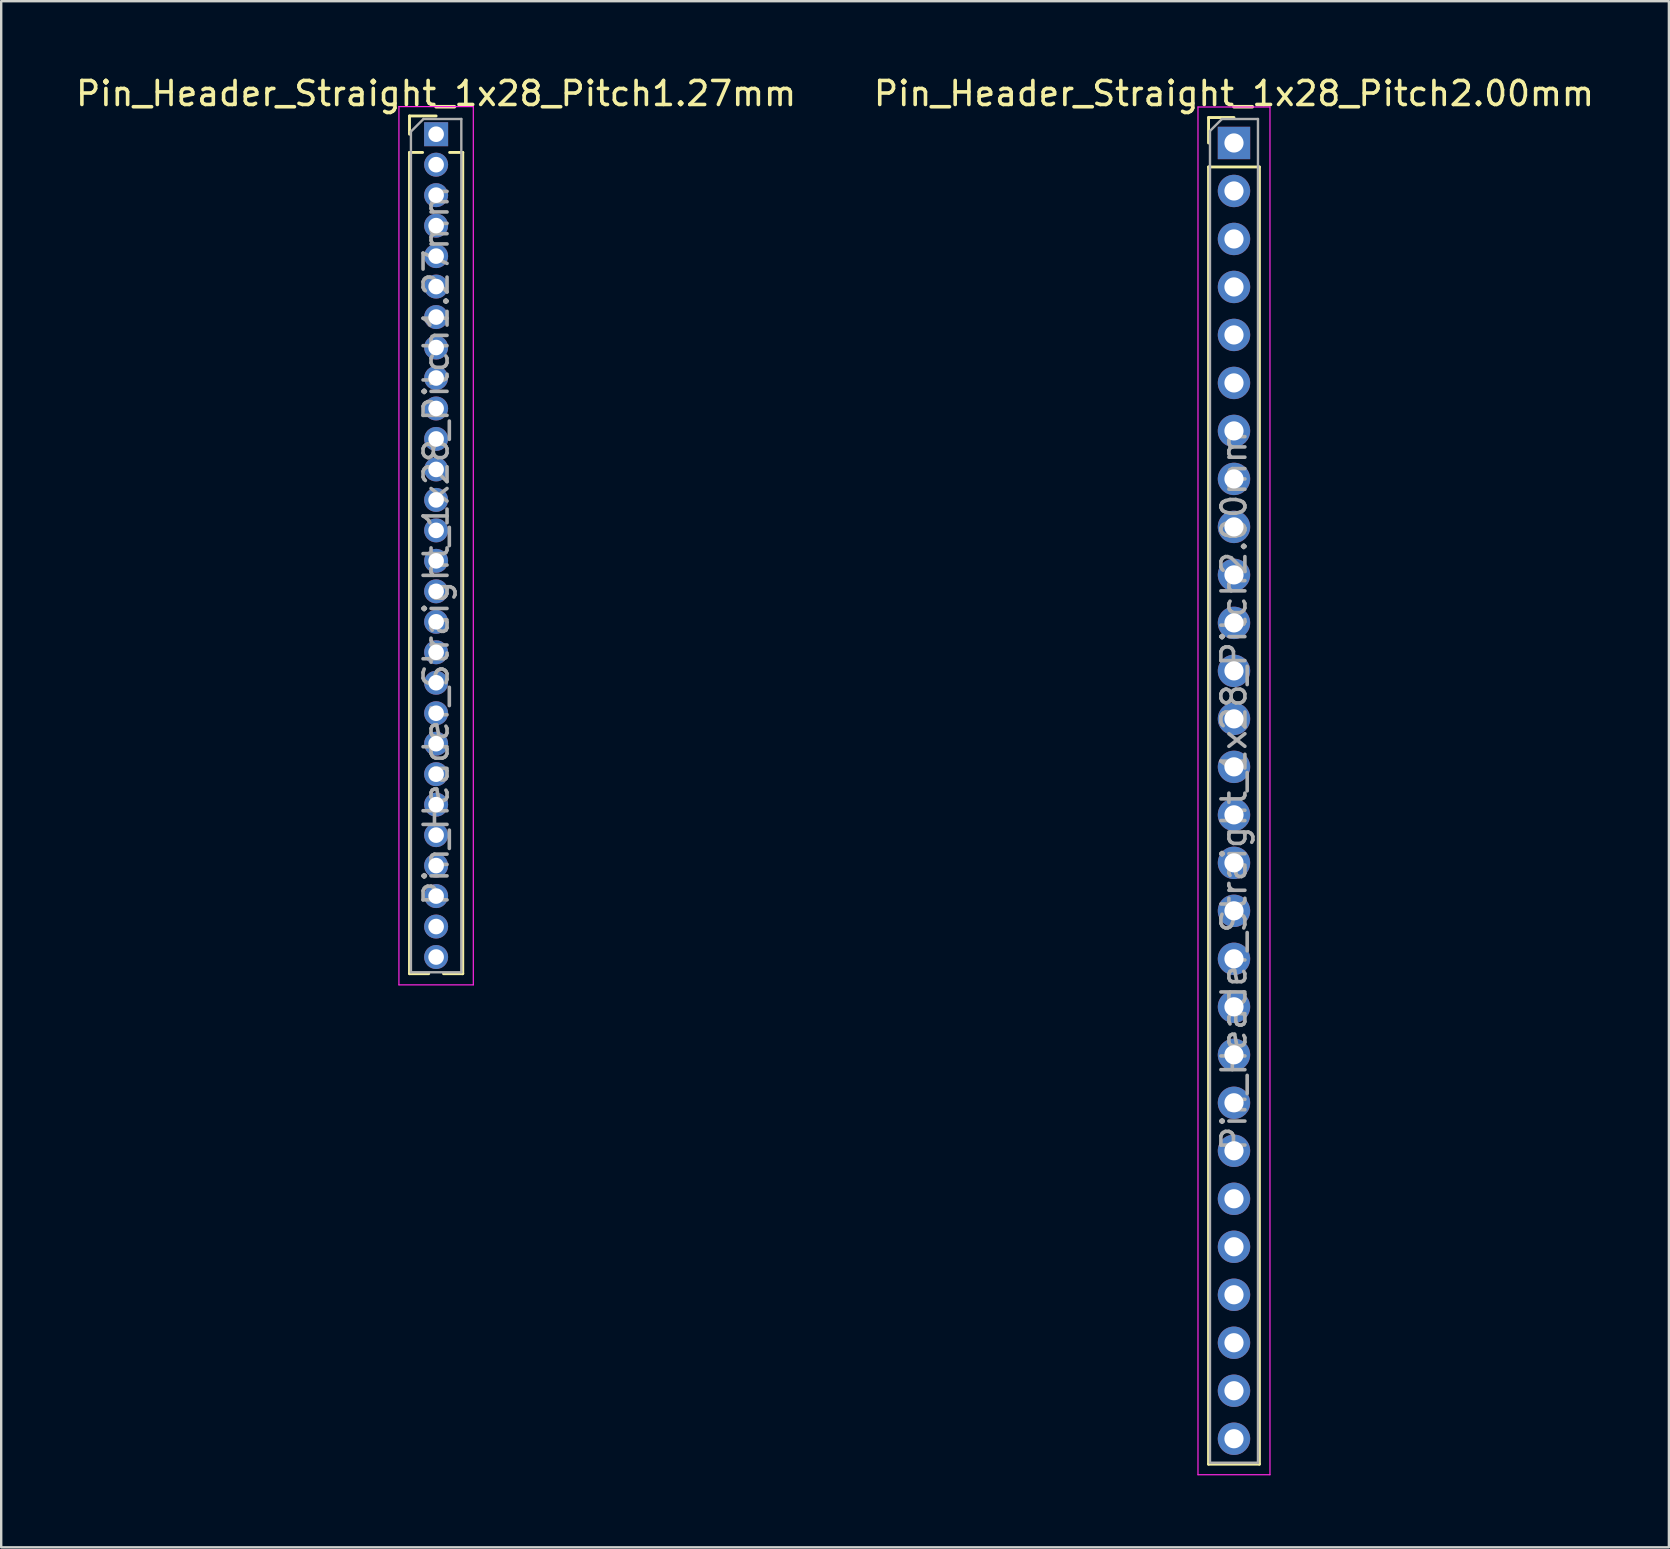
<source format=kicad_pcb>
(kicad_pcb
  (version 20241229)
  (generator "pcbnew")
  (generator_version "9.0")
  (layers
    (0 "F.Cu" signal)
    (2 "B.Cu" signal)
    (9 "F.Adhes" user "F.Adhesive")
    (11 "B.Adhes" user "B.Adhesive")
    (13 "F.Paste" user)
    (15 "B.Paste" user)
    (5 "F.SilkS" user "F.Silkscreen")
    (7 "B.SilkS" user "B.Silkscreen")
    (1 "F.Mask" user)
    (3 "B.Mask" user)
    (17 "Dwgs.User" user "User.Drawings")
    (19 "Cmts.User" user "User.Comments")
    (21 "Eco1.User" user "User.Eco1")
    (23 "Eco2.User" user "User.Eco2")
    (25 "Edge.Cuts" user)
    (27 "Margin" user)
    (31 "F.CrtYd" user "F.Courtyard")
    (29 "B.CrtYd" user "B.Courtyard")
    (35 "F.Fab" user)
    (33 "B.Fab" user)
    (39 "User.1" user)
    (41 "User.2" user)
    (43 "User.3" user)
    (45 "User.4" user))
  (footprint "Pin_Header_Straight_1x28_Pitch1.27mm"
    (layer "F.Cu")
    (at 15.125 2.543)
    (property "Reference" "Pin_Header_Straight_1x28_Pitch1.27mm" (at 0 -1.695 0) (layer "F.SilkS") (effects (font (size 1 1) (thickness 0.15))))
    (attr through_hole)
    (fp_line (start -1.11 -0.76) (end 0 -0.76) (stroke (width 0.12) (type solid)) (layer "F.SilkS"))
    (fp_line (start -1.11 0) (end -1.11 -0.76) (stroke (width 0.12) (type solid)) (layer "F.SilkS"))
    (fp_line (start -1.11 0.76) (end -1.11 34.985) (stroke (width 0.12) (type solid)) (layer "F.SilkS"))
    (fp_line (start -1.11 0.76) (end -0.563 0.76) (stroke (width 0.12) (type solid)) (layer "F.SilkS"))
    (fp_line (start -1.11 34.985) (end -0.308 34.985) (stroke (width 0.12) (type solid)) (layer "F.SilkS"))
    (fp_line (start 0.308 34.985) (end 1.11 34.985) (stroke (width 0.12) (type solid)) (layer "F.SilkS"))
    (fp_line (start 0.563 0.76) (end 1.11 0.76) (stroke (width 0.12) (type solid)) (layer "F.SilkS"))
    (fp_line (start 1.11 0.76) (end 1.11 34.985) (stroke (width 0.12) (type solid)) (layer "F.SilkS"))
    (fp_line (start -1.55 -1.15) (end -1.55 35.45) (stroke (width 0.05) (type solid)) (layer "F.CrtYd"))
    (fp_line (start -1.55 35.45) (end 1.55 35.45) (stroke (width 0.05) (type solid)) (layer "F.CrtYd"))
    (fp_line (start 1.55 -1.15) (end -1.55 -1.15) (stroke (width 0.05) (type solid)) (layer "F.CrtYd"))
    (fp_line (start 1.55 35.45) (end 1.55 -1.15) (stroke (width 0.05) (type solid)) (layer "F.CrtYd"))
    (fp_line (start -1.05 -0.11) (end -0.525 -0.635) (stroke (width 0.1) (type solid)) (layer "F.Fab"))
    (fp_line (start -1.05 34.925) (end -1.05 -0.11) (stroke (width 0.1) (type solid)) (layer "F.Fab"))
    (fp_line (start -0.525 -0.635) (end 1.05 -0.635) (stroke (width 0.1) (type solid)) (layer "F.Fab"))
    (fp_line (start 1.05 -0.635) (end 1.05 34.925) (stroke (width 0.1) (type solid)) (layer "F.Fab"))
    (fp_line (start 1.05 34.925) (end -1.05 34.925) (stroke (width 0.1) (type solid)) (layer "F.Fab"))
    (fp_text user "${REFERENCE}" (at 0 17.145 90) (layer "F.Fab") (effects (font (size 1 1) (thickness 0.15))))
    (pad "1" thru_hole rect (at 0 0) (size 1 1) (drill 0.65) (layers "*.Cu" "*.Mask"))
    (pad "2" thru_hole oval (at 0 1.27) (size 1 1) (drill 0.65) (layers "*.Cu" "*.Mask"))
    (pad "3" thru_hole oval (at 0 2.54) (size 1 1) (drill 0.65) (layers "*.Cu" "*.Mask"))
    (pad "4" thru_hole oval (at 0 3.81) (size 1 1) (drill 0.65) (layers "*.Cu" "*.Mask"))
    (pad "5" thru_hole oval (at 0 5.08) (size 1 1) (drill 0.65) (layers "*.Cu" "*.Mask"))
    (pad "6" thru_hole oval (at 0 6.35) (size 1 1) (drill 0.65) (layers "*.Cu" "*.Mask"))
    (pad "7" thru_hole oval (at 0 7.62) (size 1 1) (drill 0.65) (layers "*.Cu" "*.Mask"))
    (pad "8" thru_hole oval (at 0 8.89) (size 1 1) (drill 0.65) (layers "*.Cu" "*.Mask"))
    (pad "9" thru_hole oval (at 0 10.16) (size 1 1) (drill 0.65) (layers "*.Cu" "*.Mask"))
    (pad "10" thru_hole oval (at 0 11.43) (size 1 1) (drill 0.65) (layers "*.Cu" "*.Mask"))
    (pad "11" thru_hole oval (at 0 12.7) (size 1 1) (drill 0.65) (layers "*.Cu" "*.Mask"))
    (pad "12" thru_hole oval (at 0 13.97) (size 1 1) (drill 0.65) (layers "*.Cu" "*.Mask"))
    (pad "13" thru_hole oval (at 0 15.24) (size 1 1) (drill 0.65) (layers "*.Cu" "*.Mask"))
    (pad "14" thru_hole oval (at 0 16.51) (size 1 1) (drill 0.65) (layers "*.Cu" "*.Mask"))
    (pad "15" thru_hole oval (at 0 17.78) (size 1 1) (drill 0.65) (layers "*.Cu" "*.Mask"))
    (pad "16" thru_hole oval (at 0 19.05) (size 1 1) (drill 0.65) (layers "*.Cu" "*.Mask"))
    (pad "17" thru_hole oval (at 0 20.32) (size 1 1) (drill 0.65) (layers "*.Cu" "*.Mask"))
    (pad "18" thru_hole oval (at 0 21.59) (size 1 1) (drill 0.65) (layers "*.Cu" "*.Mask"))
    (pad "19" thru_hole oval (at 0 22.86) (size 1 1) (drill 0.65) (layers "*.Cu" "*.Mask"))
    (pad "20" thru_hole oval (at 0 24.13) (size 1 1) (drill 0.65) (layers "*.Cu" "*.Mask"))
    (pad "21" thru_hole oval (at 0 25.4) (size 1 1) (drill 0.65) (layers "*.Cu" "*.Mask"))
    (pad "22" thru_hole oval (at 0 26.67) (size 1 1) (drill 0.65) (layers "*.Cu" "*.Mask"))
    (pad "23" thru_hole oval (at 0 27.94) (size 1 1) (drill 0.65) (layers "*.Cu" "*.Mask"))
    (pad "24" thru_hole oval (at 0 29.21) (size 1 1) (drill 0.65) (layers "*.Cu" "*.Mask"))
    (pad "25" thru_hole oval (at 0 30.48) (size 1 1) (drill 0.65) (layers "*.Cu" "*.Mask"))
    (pad "26" thru_hole oval (at 0 31.75) (size 1 1) (drill 0.65) (layers "*.Cu" "*.Mask"))
    (pad "27" thru_hole oval (at 0 33.02) (size 1 1) (drill 0.65) (layers "*.Cu" "*.Mask"))
    (pad "28" thru_hole oval (at 0 34.29) (size 1 1) (drill 0.65) (layers "*.Cu" "*.Mask")))
  (footprint "Pin_Header_Straight_1x28_Pitch2.00mm"
    (layer "F.Cu")
    (at 48.375 2.908)
    (property "Reference" "Pin_Header_Straight_1x28_Pitch2.00mm" (at 0 -2.06 0) (layer "F.SilkS") (effects (font (size 1 1) (thickness 0.15))))
    (attr through_hole)
    (fp_line (start -1.06 -1.06) (end 0 -1.06) (stroke (width 0.12) (type solid)) (layer "F.SilkS"))
    (fp_line (start -1.06 0) (end -1.06 -1.06) (stroke (width 0.12) (type solid)) (layer "F.SilkS"))
    (fp_line (start -1.06 1) (end -1.06 55.06) (stroke (width 0.12) (type solid)) (layer "F.SilkS"))
    (fp_line (start -1.06 1) (end 1.06 1) (stroke (width 0.12) (type solid)) (layer "F.SilkS"))
    (fp_line (start -1.06 55.06) (end 1.06 55.06) (stroke (width 0.12) (type solid)) (layer "F.SilkS"))
    (fp_line (start 1.06 1) (end 1.06 55.06) (stroke (width 0.12) (type solid)) (layer "F.SilkS"))
    (fp_line (start -1.5 -1.5) (end -1.5 55.5) (stroke (width 0.05) (type solid)) (layer "F.CrtYd"))
    (fp_line (start -1.5 55.5) (end 1.5 55.5) (stroke (width 0.05) (type solid)) (layer "F.CrtYd"))
    (fp_line (start 1.5 -1.5) (end -1.5 -1.5) (stroke (width 0.05) (type solid)) (layer "F.CrtYd"))
    (fp_line (start 1.5 55.5) (end 1.5 -1.5) (stroke (width 0.05) (type solid)) (layer "F.CrtYd"))
    (fp_line (start -1 -0.5) (end -0.5 -1) (stroke (width 0.1) (type solid)) (layer "F.Fab"))
    (fp_line (start -1 55) (end -1 -0.5) (stroke (width 0.1) (type solid)) (layer "F.Fab"))
    (fp_line (start -0.5 -1) (end 1 -1) (stroke (width 0.1) (type solid)) (layer "F.Fab"))
    (fp_line (start 1 -1) (end 1 55) (stroke (width 0.1) (type solid)) (layer "F.Fab"))
    (fp_line (start 1 55) (end -1 55) (stroke (width 0.1) (type solid)) (layer "F.Fab"))
    (fp_text user "${REFERENCE}" (at 0 27 90) (layer "F.Fab") (effects (font (size 1 1) (thickness 0.15))))
    (pad "1" thru_hole rect (at 0 0) (size 1.35 1.35) (drill 0.8) (layers "*.Cu" "*.Mask"))
    (pad "2" thru_hole oval (at 0 2) (size 1.35 1.35) (drill 0.8) (layers "*.Cu" "*.Mask"))
    (pad "3" thru_hole oval (at 0 4) (size 1.35 1.35) (drill 0.8) (layers "*.Cu" "*.Mask"))
    (pad "4" thru_hole oval (at 0 6) (size 1.35 1.35) (drill 0.8) (layers "*.Cu" "*.Mask"))
    (pad "5" thru_hole oval (at 0 8) (size 1.35 1.35) (drill 0.8) (layers "*.Cu" "*.Mask"))
    (pad "6" thru_hole oval (at 0 10) (size 1.35 1.35) (drill 0.8) (layers "*.Cu" "*.Mask"))
    (pad "7" thru_hole oval (at 0 12) (size 1.35 1.35) (drill 0.8) (layers "*.Cu" "*.Mask"))
    (pad "8" thru_hole oval (at 0 14) (size 1.35 1.35) (drill 0.8) (layers "*.Cu" "*.Mask"))
    (pad "9" thru_hole oval (at 0 16) (size 1.35 1.35) (drill 0.8) (layers "*.Cu" "*.Mask"))
    (pad "10" thru_hole oval (at 0 18) (size 1.35 1.35) (drill 0.8) (layers "*.Cu" "*.Mask"))
    (pad "11" thru_hole oval (at 0 20) (size 1.35 1.35) (drill 0.8) (layers "*.Cu" "*.Mask"))
    (pad "12" thru_hole oval (at 0 22) (size 1.35 1.35) (drill 0.8) (layers "*.Cu" "*.Mask"))
    (pad "13" thru_hole oval (at 0 24) (size 1.35 1.35) (drill 0.8) (layers "*.Cu" "*.Mask"))
    (pad "14" thru_hole oval (at 0 26) (size 1.35 1.35) (drill 0.8) (layers "*.Cu" "*.Mask"))
    (pad "15" thru_hole oval (at 0 28) (size 1.35 1.35) (drill 0.8) (layers "*.Cu" "*.Mask"))
    (pad "16" thru_hole oval (at 0 30) (size 1.35 1.35) (drill 0.8) (layers "*.Cu" "*.Mask"))
    (pad "17" thru_hole oval (at 0 32) (size 1.35 1.35) (drill 0.8) (layers "*.Cu" "*.Mask"))
    (pad "18" thru_hole oval (at 0 34) (size 1.35 1.35) (drill 0.8) (layers "*.Cu" "*.Mask"))
    (pad "19" thru_hole oval (at 0 36) (size 1.35 1.35) (drill 0.8) (layers "*.Cu" "*.Mask"))
    (pad "20" thru_hole oval (at 0 38) (size 1.35 1.35) (drill 0.8) (layers "*.Cu" "*.Mask"))
    (pad "21" thru_hole oval (at 0 40) (size 1.35 1.35) (drill 0.8) (layers "*.Cu" "*.Mask"))
    (pad "22" thru_hole oval (at 0 42) (size 1.35 1.35) (drill 0.8) (layers "*.Cu" "*.Mask"))
    (pad "23" thru_hole oval (at 0 44) (size 1.35 1.35) (drill 0.8) (layers "*.Cu" "*.Mask"))
    (pad "24" thru_hole oval (at 0 46) (size 1.35 1.35) (drill 0.8) (layers "*.Cu" "*.Mask"))
    (pad "25" thru_hole oval (at 0 48) (size 1.35 1.35) (drill 0.8) (layers "*.Cu" "*.Mask"))
    (pad "26" thru_hole oval (at 0 50) (size 1.35 1.35) (drill 0.8) (layers "*.Cu" "*.Mask"))
    (pad "27" thru_hole oval (at 0 52) (size 1.35 1.35) (drill 0.8) (layers "*.Cu" "*.Mask"))
    (pad "28" thru_hole oval (at 0 54) (size 1.35 1.35) (drill 0.8) (layers "*.Cu" "*.Mask")))
  (gr_rect
    (start -3 -3)
    (end 66.5 61.433)
    (stroke (width 0.1) (type default))
    (fill no)
    (layer "Edge.Cuts")))
</source>
